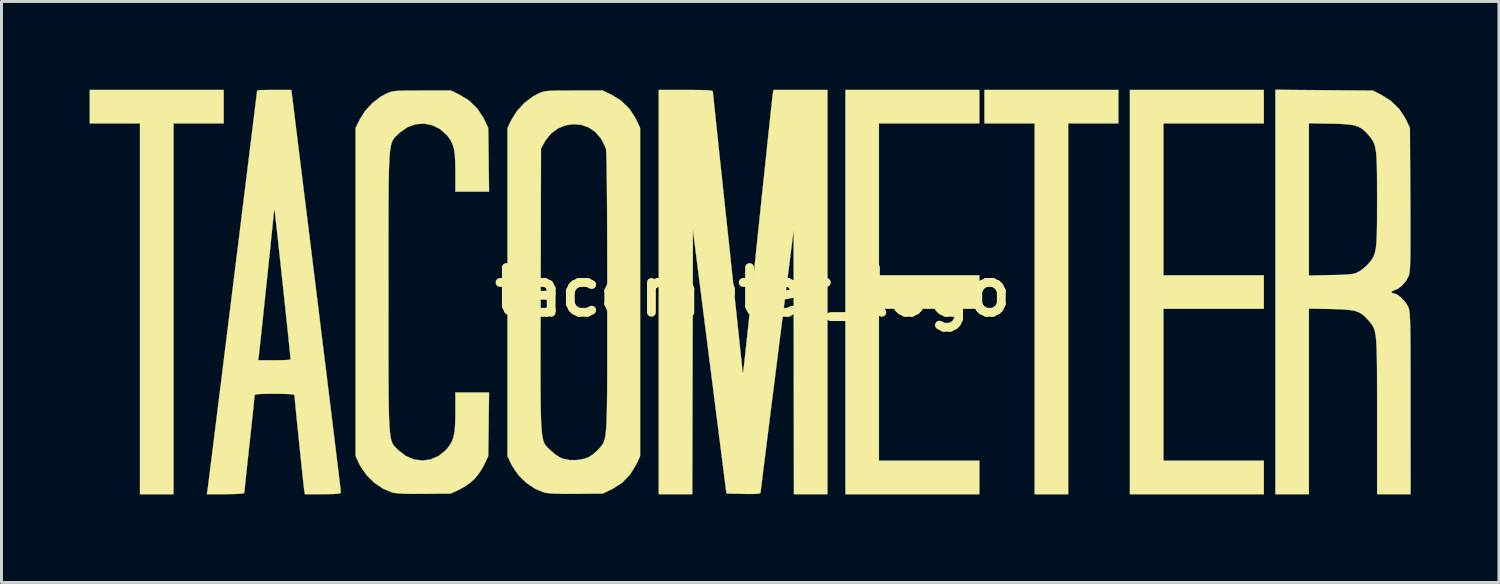
<source format=kicad_pcb>
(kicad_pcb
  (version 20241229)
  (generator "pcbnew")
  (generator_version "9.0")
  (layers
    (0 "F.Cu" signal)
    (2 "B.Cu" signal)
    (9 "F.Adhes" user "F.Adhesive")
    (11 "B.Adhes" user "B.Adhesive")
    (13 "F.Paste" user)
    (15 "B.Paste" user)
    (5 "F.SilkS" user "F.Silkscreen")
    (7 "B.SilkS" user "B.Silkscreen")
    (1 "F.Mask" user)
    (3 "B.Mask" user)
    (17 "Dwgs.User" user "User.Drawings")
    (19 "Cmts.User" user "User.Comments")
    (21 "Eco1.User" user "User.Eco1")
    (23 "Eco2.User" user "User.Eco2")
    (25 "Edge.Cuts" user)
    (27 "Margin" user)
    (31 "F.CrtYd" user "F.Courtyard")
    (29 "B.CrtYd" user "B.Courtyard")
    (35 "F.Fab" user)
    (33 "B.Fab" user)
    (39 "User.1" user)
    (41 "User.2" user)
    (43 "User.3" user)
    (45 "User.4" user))
  (footprint "tacometer_logo"
    (layer "F.Cu")
    (at 22.558 6.885)
    (property "Reference" "tacometer_logo" (at 0 0 0) (layer "F.SilkS") (effects (font (size 1.524 1.524) (thickness 0.3))))
    (attr through_hole)
    (fp_poly (pts (xy -17.999 -5.737) (xy -19.707 -5.737) (xy -19.707 6.876) (xy -20.846 6.876) (xy -20.846 -5.737) (xy -22.553 -5.737) (xy -22.553 -6.876) (xy -17.999 -6.876) (xy -17.999 -5.737)) (stroke (width 0.01) (type solid)) (fill yes) (layer "F.SilkS"))
    (fp_poly (pts (xy 12.437 -5.737) (xy 10.729 -5.737) (xy 10.729 6.876) (xy 9.591 6.876) (xy 9.591 -5.737) (xy 7.883 -5.737) (xy 7.883 -6.876) (xy 12.437 -6.876) (xy 12.437 -5.737)) (stroke (width 0.01) (type solid)) (fill yes) (layer "F.SilkS"))
    (fp_poly (pts (xy 7.708 -5.737) (xy 4.292 -5.737) (xy 4.292 -0.569) (xy 7.708 -0.569) (xy 7.708 0.569) (xy 4.292 0.569) (xy 4.292 5.737) (xy 7.708 5.737) (xy 7.708 6.876) (xy 3.153 6.876) (xy 3.153 -6.876) (xy 7.708 -6.876) (xy 7.708 -5.737)) (stroke (width 0.01) (type solid)) (fill yes) (layer "F.SilkS"))
    (fp_poly (pts (xy 17.386 -5.737) (xy 13.97 -5.737) (xy 13.97 -0.569) (xy 17.386 -0.569) (xy 17.386 0.569) (xy 13.97 0.569) (xy 13.97 5.737) (xy 17.386 5.737) (xy 17.386 6.876) (xy 12.831 6.876) (xy 12.831 -6.876) (xy 17.386 -6.876) (xy 17.386 -5.737)) (stroke (width 0.01) (type solid)) (fill yes) (layer "F.SilkS"))
    (fp_poly (pts (xy -1.96 -6.874) (xy -1.722 -6.871) (xy -1.552 -6.864) (xy -1.441 -6.854) (xy -1.379 -6.84) (xy -1.358 -6.821) (xy -1.358 -6.817) (xy -1.353 -6.767) (xy -1.34 -6.635) (xy -1.318 -6.427) (xy -1.289 -6.15) (xy -1.253 -5.808) (xy -1.211 -5.407) (xy -1.163 -4.954) (xy -1.11 -4.453) (xy -1.052 -3.911) (xy -0.991 -3.334) (xy -0.926 -2.726) (xy -0.858 -2.094) (xy -0.854 -2.056) (xy -0.786 -1.423) (xy -0.721 -0.813) (xy -0.659 -0.233) (xy -0.601 0.312) (xy -0.547 0.816) (xy -0.499 1.273) (xy -0.456 1.677) (xy -0.419 2.024) (xy -0.389 2.306) (xy -0.367 2.519) (xy -0.352 2.656) (xy -0.347 2.713) (xy -0.347 2.714) (xy -0.336 2.75) (xy -0.326 2.737) (xy -0.32 2.688) (xy -0.304 2.558) (xy -0.282 2.353) (xy -0.251 2.077) (xy -0.215 1.737) (xy -0.172 1.339) (xy -0.124 0.887) (xy -0.071 0.389) (xy -0.014 -0.151) (xy 0.046 -0.726) (xy 0.11 -1.331) (xy 0.174 -1.949) (xy 0.24 -2.58) (xy 0.303 -3.189) (xy 0.364 -3.769) (xy 0.422 -4.315) (xy 0.475 -4.82) (xy 0.523 -5.279) (xy 0.567 -5.686) (xy 0.604 -6.035) (xy 0.635 -6.32) (xy 0.658 -6.536) (xy 0.674 -6.676) (xy 0.681 -6.733) (xy 0.705 -6.876) (xy 2.54 -6.876) (xy 2.54 6.876) (xy 1.401 6.876) (xy 1.392 -2.124) (xy 0.829 2.321) (xy 0.752 2.936) (xy 0.677 3.527) (xy 0.606 4.087) (xy 0.54 4.612) (xy 0.479 5.096) (xy 0.425 5.531) (xy 0.377 5.914) (xy 0.336 6.237) (xy 0.304 6.495) (xy 0.281 6.683) (xy 0.268 6.793) (xy 0.265 6.822) (xy 0.244 6.845) (xy 0.175 6.861) (xy 0.048 6.868) (xy -0.149 6.869) (xy -0.316 6.866) (xy -0.895 6.854) (xy -2.036 -2.12) (xy -2.059 6.876) (xy -3.197 6.876) (xy -3.197 -6.876) (xy -2.277 -6.876) (xy -1.96 -6.874)) (stroke (width 0.01) (type solid)) (fill yes) (layer "F.SilkS"))
    (fp_poly (pts (xy -9.985 -6.718) (xy -9.65 -6.513) (xy -9.372 -6.244) (xy -9.16 -5.921) (xy -9.139 -5.878) (xy -8.999 -5.584) (xy -8.985 -4.5) (xy -8.971 -3.416) (xy -10.116 -3.416) (xy -10.116 -4.087) (xy -10.12 -4.414) (xy -10.135 -4.669) (xy -10.165 -4.87) (xy -10.212 -5.032) (xy -10.282 -5.171) (xy -10.378 -5.303) (xy -10.408 -5.339) (xy -10.636 -5.544) (xy -10.897 -5.674) (xy -11.177 -5.73) (xy -11.461 -5.709) (xy -11.737 -5.613) (xy -11.991 -5.44) (xy -12.044 -5.39) (xy -12.098 -5.338) (xy -12.145 -5.293) (xy -12.188 -5.249) (xy -12.225 -5.201) (xy -12.257 -5.145) (xy -12.285 -5.075) (xy -12.309 -4.987) (xy -12.329 -4.875) (xy -12.346 -4.734) (xy -12.36 -4.56) (xy -12.37 -4.348) (xy -12.379 -4.092) (xy -12.385 -3.787) (xy -12.389 -3.429) (xy -12.392 -3.013) (xy -12.393 -2.533) (xy -12.394 -1.985) (xy -12.394 -1.364) (xy -12.394 -0.664) (xy -12.393 0) (xy -12.394 0.771) (xy -12.394 1.459) (xy -12.394 2.069) (xy -12.393 2.607) (xy -12.391 3.078) (xy -12.388 3.485) (xy -12.384 3.835) (xy -12.378 4.132) (xy -12.369 4.381) (xy -12.358 4.588) (xy -12.344 4.757) (xy -12.327 4.893) (xy -12.306 5.001) (xy -12.282 5.087) (xy -12.253 5.154) (xy -12.22 5.209) (xy -12.182 5.255) (xy -12.139 5.299) (xy -12.09 5.345) (xy -12.044 5.39) (xy -11.798 5.58) (xy -11.526 5.694) (xy -11.242 5.732) (xy -10.96 5.694) (xy -10.694 5.581) (xy -10.457 5.393) (xy -10.408 5.339) (xy -10.305 5.206) (xy -10.229 5.07) (xy -10.175 4.916) (xy -10.141 4.727) (xy -10.123 4.488) (xy -10.116 4.182) (xy -10.116 4.087) (xy -10.116 3.416) (xy -8.971 3.416) (xy -8.985 4.5) (xy -8.999 5.584) (xy -9.138 5.877) (xy -9.243 6.063) (xy -9.373 6.249) (xy -9.48 6.373) (xy -9.631 6.501) (xy -9.82 6.629) (xy -9.976 6.715) (xy -10.269 6.854) (xy -11.167 6.864) (xy -11.547 6.865) (xy -11.844 6.86) (xy -12.067 6.847) (xy -12.22 6.828) (xy -12.265 6.818) (xy -12.579 6.688) (xy -12.876 6.487) (xy -13.136 6.23) (xy -13.342 5.933) (xy -13.393 5.834) (xy -13.51 5.584) (xy -13.51 -5.584) (xy -13.369 -5.872) (xy -13.184 -6.165) (xy -12.937 -6.432) (xy -12.651 -6.649) (xy -12.492 -6.736) (xy -12.409 -6.774) (xy -12.334 -6.803) (xy -12.254 -6.823) (xy -12.155 -6.838) (xy -12.025 -6.847) (xy -11.849 -6.851) (xy -11.615 -6.853) (xy -11.309 -6.854) (xy -11.255 -6.854) (xy -10.269 -6.854) (xy -9.985 -6.718)) (stroke (width 0.01) (type solid)) (fill yes) (layer "F.SilkS"))
    (fp_poly (pts (xy -4.817 -6.718) (xy -4.482 -6.513) (xy -4.205 -6.244) (xy -3.992 -5.921) (xy -3.971 -5.878) (xy -3.832 -5.584) (xy -3.832 5.584) (xy -3.971 5.877) (xy -4.176 6.211) (xy -4.445 6.486) (xy -4.774 6.698) (xy -4.808 6.715) (xy -5.102 6.854) (xy -6 6.864) (xy -6.379 6.865) (xy -6.677 6.86) (xy -6.899 6.847) (xy -7.052 6.828) (xy -7.098 6.818) (xy -7.412 6.688) (xy -7.708 6.487) (xy -7.968 6.23) (xy -8.174 5.933) (xy -8.225 5.834) (xy -8.343 5.584) (xy -8.343 2.56) (xy -7.222 2.56) (xy -7.221 3.035) (xy -7.219 3.448) (xy -7.216 3.802) (xy -7.21 4.104) (xy -7.202 4.357) (xy -7.192 4.567) (xy -7.179 4.739) (xy -7.162 4.879) (xy -7.142 4.989) (xy -7.118 5.077) (xy -7.09 5.146) (xy -7.058 5.202) (xy -7.02 5.249) (xy -6.978 5.292) (xy -6.93 5.338) (xy -6.878 5.388) (xy -6.736 5.511) (xy -6.581 5.615) (xy -6.479 5.664) (xy -6.243 5.715) (xy -5.977 5.716) (xy -5.722 5.67) (xy -5.576 5.613) (xy -5.438 5.522) (xy -5.296 5.398) (xy -5.24 5.339) (xy -5.195 5.288) (xy -5.155 5.242) (xy -5.12 5.197) (xy -5.089 5.147) (xy -5.062 5.087) (xy -5.038 5.013) (xy -5.018 4.919) (xy -5.001 4.8) (xy -4.988 4.651) (xy -4.976 4.468) (xy -4.968 4.244) (xy -4.961 3.976) (xy -4.956 3.658) (xy -4.952 3.284) (xy -4.95 2.851) (xy -4.949 2.353) (xy -4.949 1.785) (xy -4.949 1.142) (xy -4.949 0.419) (xy -4.949 0.025) (xy -4.949 -0.762) (xy -4.951 -1.488) (xy -4.953 -2.152) (xy -4.955 -2.75) (xy -4.959 -3.28) (xy -4.963 -3.738) (xy -4.968 -4.123) (xy -4.973 -4.43) (xy -4.979 -4.658) (xy -4.986 -4.804) (xy -4.992 -4.863) (xy -5.042 -4.991) (xy -5.119 -5.145) (xy -5.165 -5.222) (xy -5.353 -5.445) (xy -5.582 -5.6) (xy -5.839 -5.689) (xy -6.109 -5.712) (xy -6.379 -5.67) (xy -6.635 -5.563) (xy -6.863 -5.392) (xy -7.049 -5.158) (xy -7.069 -5.124) (xy -7.204 -4.883) (xy -7.216 -0.068) (xy -7.218 0.708) (xy -7.22 1.401) (xy -7.221 2.017) (xy -7.222 2.56) (xy -8.343 2.56) (xy -8.343 -5.584) (xy -8.202 -5.872) (xy -8.016 -6.165) (xy -7.769 -6.432) (xy -7.484 -6.649) (xy -7.325 -6.736) (xy -7.241 -6.774) (xy -7.166 -6.803) (xy -7.086 -6.823) (xy -6.988 -6.838) (xy -6.857 -6.847) (xy -6.682 -6.851) (xy -6.448 -6.853) (xy -6.141 -6.854) (xy -6.087 -6.854) (xy -5.102 -6.854) (xy -4.817 -6.718)) (stroke (width 0.01) (type solid)) (fill yes) (layer "F.SilkS"))
    (fp_poly (pts (xy 19.434 -6.867) (xy 21.088 -6.854) (xy 21.374 -6.713) (xy 21.706 -6.504) (xy 21.984 -6.236) (xy 22.195 -5.92) (xy 22.221 -5.868) (xy 22.356 -5.584) (xy 22.369 -3.153) (xy 22.372 -2.622) (xy 22.373 -2.172) (xy 22.374 -1.795) (xy 22.373 -1.483) (xy 22.37 -1.231) (xy 22.366 -1.03) (xy 22.36 -0.874) (xy 22.352 -0.755) (xy 22.342 -0.665) (xy 22.33 -0.599) (xy 22.315 -0.549) (xy 22.312 -0.539) (xy 22.219 -0.372) (xy 22.084 -0.219) (xy 21.932 -0.105) (xy 21.83 -0.062) (xy 21.744 -0.024) (xy 21.726 0.017) (xy 21.78 0.042) (xy 21.807 0.044) (xy 21.909 0.078) (xy 22.033 0.168) (xy 22.157 0.294) (xy 22.26 0.434) (xy 22.297 0.503) (xy 22.312 0.541) (xy 22.325 0.587) (xy 22.337 0.647) (xy 22.346 0.727) (xy 22.354 0.834) (xy 22.36 0.975) (xy 22.366 1.154) (xy 22.37 1.38) (xy 22.372 1.657) (xy 22.375 1.993) (xy 22.376 2.394) (xy 22.377 2.866) (xy 22.377 3.416) (xy 22.377 3.777) (xy 22.378 6.876) (xy 21.24 6.876) (xy 21.24 4.212) (xy 21.24 3.637) (xy 21.239 3.144) (xy 21.238 2.724) (xy 21.234 2.37) (xy 21.229 2.077) (xy 21.22 1.837) (xy 21.208 1.643) (xy 21.192 1.488) (xy 21.171 1.365) (xy 21.144 1.268) (xy 21.112 1.189) (xy 21.072 1.122) (xy 21.026 1.059) (xy 20.971 0.994) (xy 20.948 0.967) (xy 20.834 0.843) (xy 20.724 0.749) (xy 20.603 0.681) (xy 20.456 0.634) (xy 20.268 0.605) (xy 20.025 0.587) (xy 19.71 0.578) (xy 19.674 0.577) (xy 18.919 0.562) (xy 18.919 6.876) (xy 17.78 6.876) (xy 17.78 -0.562) (xy 18.919 -0.562) (xy 19.674 -0.577) (xy 19.955 -0.583) (xy 20.164 -0.591) (xy 20.316 -0.603) (xy 20.426 -0.619) (xy 20.512 -0.643) (xy 20.586 -0.676) (xy 20.611 -0.689) (xy 20.75 -0.782) (xy 20.893 -0.908) (xy 20.948 -0.967) (xy 21.019 -1.053) (xy 21.078 -1.135) (xy 21.125 -1.222) (xy 21.162 -1.323) (xy 21.19 -1.448) (xy 21.211 -1.607) (xy 21.224 -1.807) (xy 21.233 -2.059) (xy 21.238 -2.372) (xy 21.239 -2.755) (xy 21.24 -3.153) (xy 21.239 -3.605) (xy 21.237 -3.978) (xy 21.232 -4.283) (xy 21.223 -4.528) (xy 21.208 -4.722) (xy 21.187 -4.876) (xy 21.158 -4.997) (xy 21.12 -5.096) (xy 21.071 -5.182) (xy 21.011 -5.264) (xy 20.948 -5.339) (xy 20.834 -5.464) (xy 20.724 -5.558) (xy 20.603 -5.625) (xy 20.456 -5.672) (xy 20.268 -5.701) (xy 20.025 -5.719) (xy 19.71 -5.729) (xy 19.674 -5.729) (xy 18.919 -5.744) (xy 18.919 -0.562) (xy 17.78 -0.562) (xy 17.78 -6.88) (xy 19.434 -6.867)) (stroke (width 0.01) (type solid)) (fill yes) (layer "F.SilkS"))
    (fp_poly (pts (xy -14.853 -0.055) (xy -14.759 0.709) (xy -14.668 1.449) (xy -14.58 2.162) (xy -14.496 2.841) (xy -14.417 3.484) (xy -14.343 4.084) (xy -14.275 4.637) (xy -14.214 5.139) (xy -14.16 5.584) (xy -14.113 5.969) (xy -14.074 6.288) (xy -14.044 6.537) (xy -14.024 6.711) (xy -14.013 6.805) (xy -14.012 6.821) (xy -14.036 6.844) (xy -14.113 6.86) (xy -14.253 6.87) (xy -14.466 6.875) (xy -14.625 6.876) (xy -15.236 6.876) (xy -15.259 6.733) (xy -15.268 6.662) (xy -15.284 6.517) (xy -15.307 6.312) (xy -15.334 6.058) (xy -15.364 5.767) (xy -15.397 5.452) (xy -15.431 5.124) (xy -15.464 4.797) (xy -15.496 4.481) (xy -15.526 4.19) (xy -15.551 3.935) (xy -15.571 3.728) (xy -15.584 3.583) (xy -15.59 3.51) (xy -15.59 3.506) (xy -15.634 3.486) (xy -15.763 3.471) (xy -15.978 3.463) (xy -16.269 3.46) (xy -16.535 3.461) (xy -16.725 3.466) (xy -16.85 3.475) (xy -16.92 3.49) (xy -16.947 3.512) (xy -16.948 3.519) (xy -16.953 3.575) (xy -16.966 3.708) (xy -16.986 3.908) (xy -17.013 4.164) (xy -17.046 4.468) (xy -17.082 4.808) (xy -17.122 5.174) (xy -17.123 5.184) (xy -17.163 5.55) (xy -17.2 5.89) (xy -17.232 6.192) (xy -17.259 6.447) (xy -17.28 6.645) (xy -17.293 6.777) (xy -17.298 6.832) (xy -17.298 6.832) (xy -17.341 6.85) (xy -17.461 6.863) (xy -17.652 6.872) (xy -17.904 6.875) (xy -17.935 6.876) (xy -18.572 6.876) (xy -18.548 6.733) (xy -18.54 6.679) (xy -18.523 6.544) (xy -18.496 6.333) (xy -18.461 6.054) (xy -18.418 5.711) (xy -18.368 5.31) (xy -18.311 4.857) (xy -18.249 4.357) (xy -18.182 3.816) (xy -18.11 3.241) (xy -18.035 2.636) (xy -17.996 2.321) (xy -16.825 2.321) (xy -16.273 2.321) (xy -16.065 2.319) (xy -15.893 2.314) (xy -15.773 2.305) (xy -15.722 2.295) (xy -15.722 2.294) (xy -15.726 2.237) (xy -15.739 2.103) (xy -15.76 1.902) (xy -15.786 1.644) (xy -15.818 1.337) (xy -15.855 0.991) (xy -15.895 0.615) (xy -15.937 0.219) (xy -15.98 -0.187) (xy -16.024 -0.595) (xy -16.067 -0.994) (xy -16.109 -1.376) (xy -16.147 -1.731) (xy -16.182 -2.05) (xy -16.213 -2.323) (xy -16.237 -2.54) (xy -16.255 -2.693) (xy -16.265 -2.772) (xy -16.267 -2.781) (xy -16.283 -2.787) (xy -16.288 -2.759) (xy -16.293 -2.698) (xy -16.307 -2.561) (xy -16.327 -2.356) (xy -16.354 -2.094) (xy -16.386 -1.783) (xy -16.422 -1.435) (xy -16.462 -1.059) (xy -16.503 -0.664) (xy -16.545 -0.262) (xy -16.587 0.14) (xy -16.628 0.53) (xy -16.667 0.9) (xy -16.703 1.238) (xy -16.735 1.535) (xy -16.761 1.782) (xy -16.782 1.969) (xy -16.795 2.085) (xy -16.798 2.113) (xy -16.825 2.321) (xy -17.996 2.321) (xy -17.957 2.007) (xy -17.876 1.361) (xy -17.794 0.702) (xy -17.712 0.037) (xy -17.629 -0.629) (xy -17.547 -1.291) (xy -17.466 -1.942) (xy -17.388 -2.576) (xy -17.312 -3.188) (xy -17.239 -3.773) (xy -17.171 -4.325) (xy -17.108 -4.837) (xy -17.05 -5.305) (xy -16.999 -5.722) (xy -16.954 -6.082) (xy -16.918 -6.381) (xy -16.889 -6.612) (xy -16.87 -6.77) (xy -16.861 -6.849) (xy -16.86 -6.857) (xy -16.819 -6.864) (xy -16.707 -6.87) (xy -16.539 -6.874) (xy -16.331 -6.875) (xy -16.279 -6.876) (xy -15.697 -6.876) (xy -14.853 -0.055)) (stroke (width 0.01) (type solid)) (fill yes) (layer "F.SilkS")))
  (gr_rect
    (start -3 -3)
    (end 47.942 16.766)
    (stroke (width 0.1) (type default))
    (fill no)
    (layer "Edge.Cuts")))
</source>
